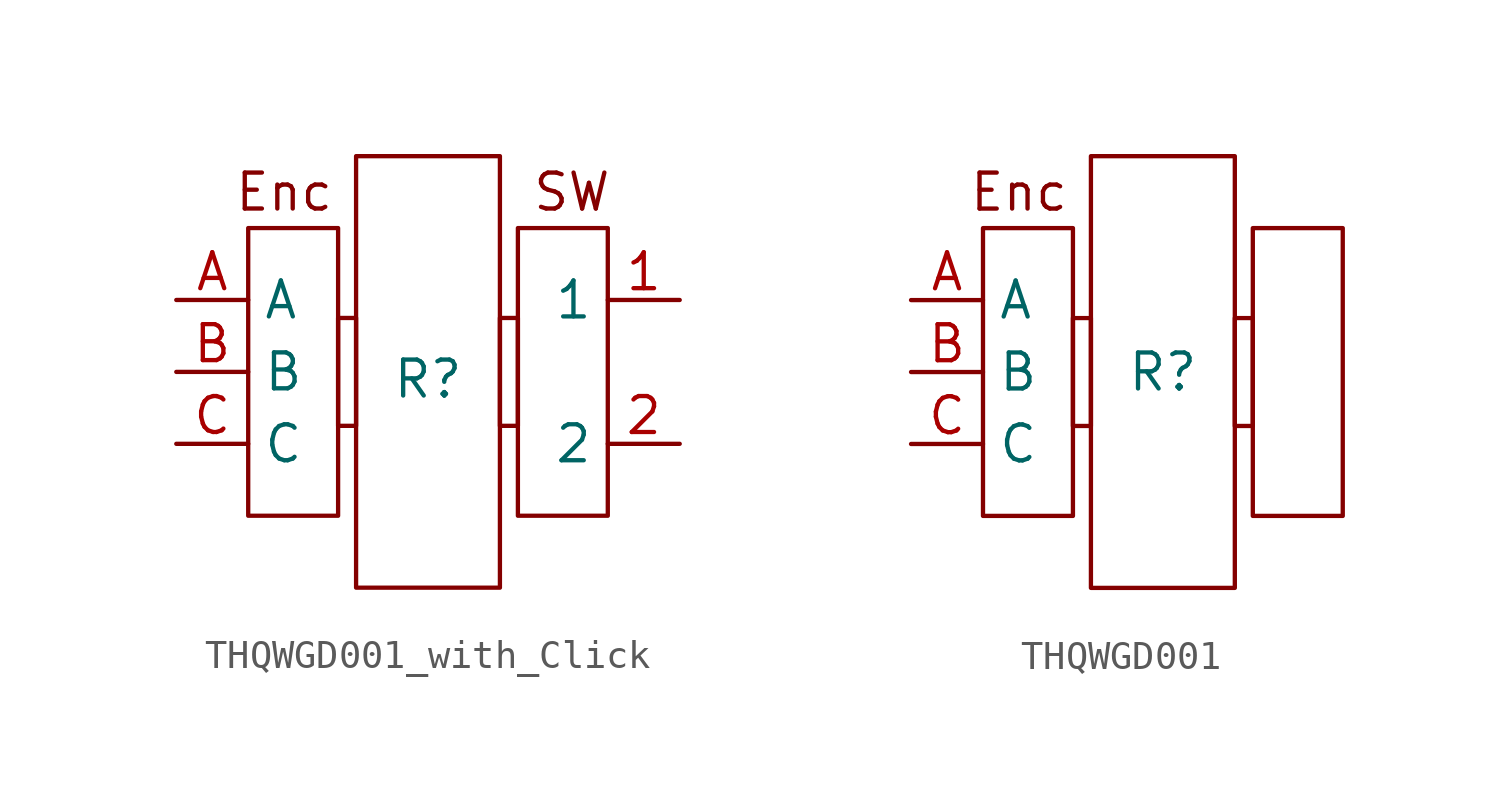
<source format=kicad_sym>
(kicad_symbol_lib
  (version 20241209)
  (generator "kicad_symbol_editor")
  (generator_version "9.0")
  (symbol "THQWGD001_with_Click"
    (property "Reference" "R"
      (at 0 -0.254 0)
      (effects (font (size 1.27 1.27))))
    (property "Value" ""
      (at 0 -1.27 0)
      (effects (font (size 1.27 1.27))))
    (symbol "THQWGD001_with_Click_0_1"
      (rectangle (start -3.175 1.905) (end -2.54 -1.905) (stroke (width 0) (type default)) (fill (type none)))
      (rectangle (start -2.54 7.62) (end 2.54 -7.62) (stroke (width 0) (type default)) (fill (type none)))
      (rectangle (start 2.54 1.905) (end 3.175 -1.905) (stroke (width 0) (type default)) (fill (type none)))
      (rectangle (start 3.175 5.08) (end 6.35 -5.08) (stroke (width 0) (type default)) (fill (type none))))
    (symbol "THQWGD001_with_Click_1_1"
      (rectangle (start -6.35 5.08) (end -3.175 -5.08) (stroke (width 0) (type default)) (fill (type none)))
      (text "Enc" (at -5.08 6.35 0) (effects (font (size 1.27 1.27))))
      (text "SW" (at 5.08 6.35 0) (effects (font (size 1.27 1.27))))
      (pin passive line (at -8.89 2.54 0) (length 2.54) (name "A" (effects (font (size 1.27 1.27)))) (number "A" (effects (font (size 1.27 1.27)))))
      (pin passive line (at -8.89 0 0) (length 2.54) (name "B" (effects (font (size 1.27 1.27)))) (number "B" (effects (font (size 1.27 1.27)))))
      (pin passive line (at -8.89 -2.54 0) (length 2.54) (name "C" (effects (font (size 1.27 1.27)))) (number "C" (effects (font (size 1.27 1.27)))))
      (pin passive line (at 8.89 2.54 180) (length 2.54) (name "1" (effects (font (size 1.27 1.27)))) (number "1" (effects (font (size 1.27 1.27)))))
      (pin passive line (at 8.89 -2.54 180) (length 2.54) (name "2" (effects (font (size 1.27 1.27)))) (number "2" (effects (font (size 1.27 1.27)))))))
  (symbol "THQWGD001"
    (property "Reference" "R"
      (at 0 0 0)
      (effects (font (size 1.27 1.27))))
    (property "Value" ""
      (at 0 0 0)
      (effects (font (size 1.27 1.27))))
    (symbol "THQWGD001_0_1"
      (rectangle (start -6.35 5.08) (end -3.175 -5.08) (stroke (width 0) (type default)) (fill (type none)))
      (rectangle (start -3.175 1.905) (end -2.54 -1.905) (stroke (width 0) (type default)) (fill (type none)))
      (rectangle (start -2.54 7.62) (end 2.54 -7.62) (stroke (width 0) (type default)) (fill (type none)))
      (rectangle (start 2.54 1.905) (end 3.175 -1.905) (stroke (width 0) (type default)) (fill (type none)))
      (rectangle (start 3.175 5.08) (end 6.35 -5.08) (stroke (width 0) (type default)) (fill (type none))))
    (symbol "THQWGD001_1_1"
      (text "Enc" (at -5.08 6.35 0) (effects (font (size 1.27 1.27))))
      (pin passive line (at -8.89 2.54 0) (length 2.54) (name "A" (effects (font (size 1.27 1.27)))) (number "A" (effects (font (size 1.27 1.27)))))
      (pin passive line (at -8.89 0 0) (length 2.54) (name "B" (effects (font (size 1.27 1.27)))) (number "B" (effects (font (size 1.27 1.27)))))
      (pin passive line (at -8.89 -2.54 0) (length 2.54) (name "C" (effects (font (size 1.27 1.27)))) (number "C" (effects (font (size 1.27 1.27))))))))
</source>
